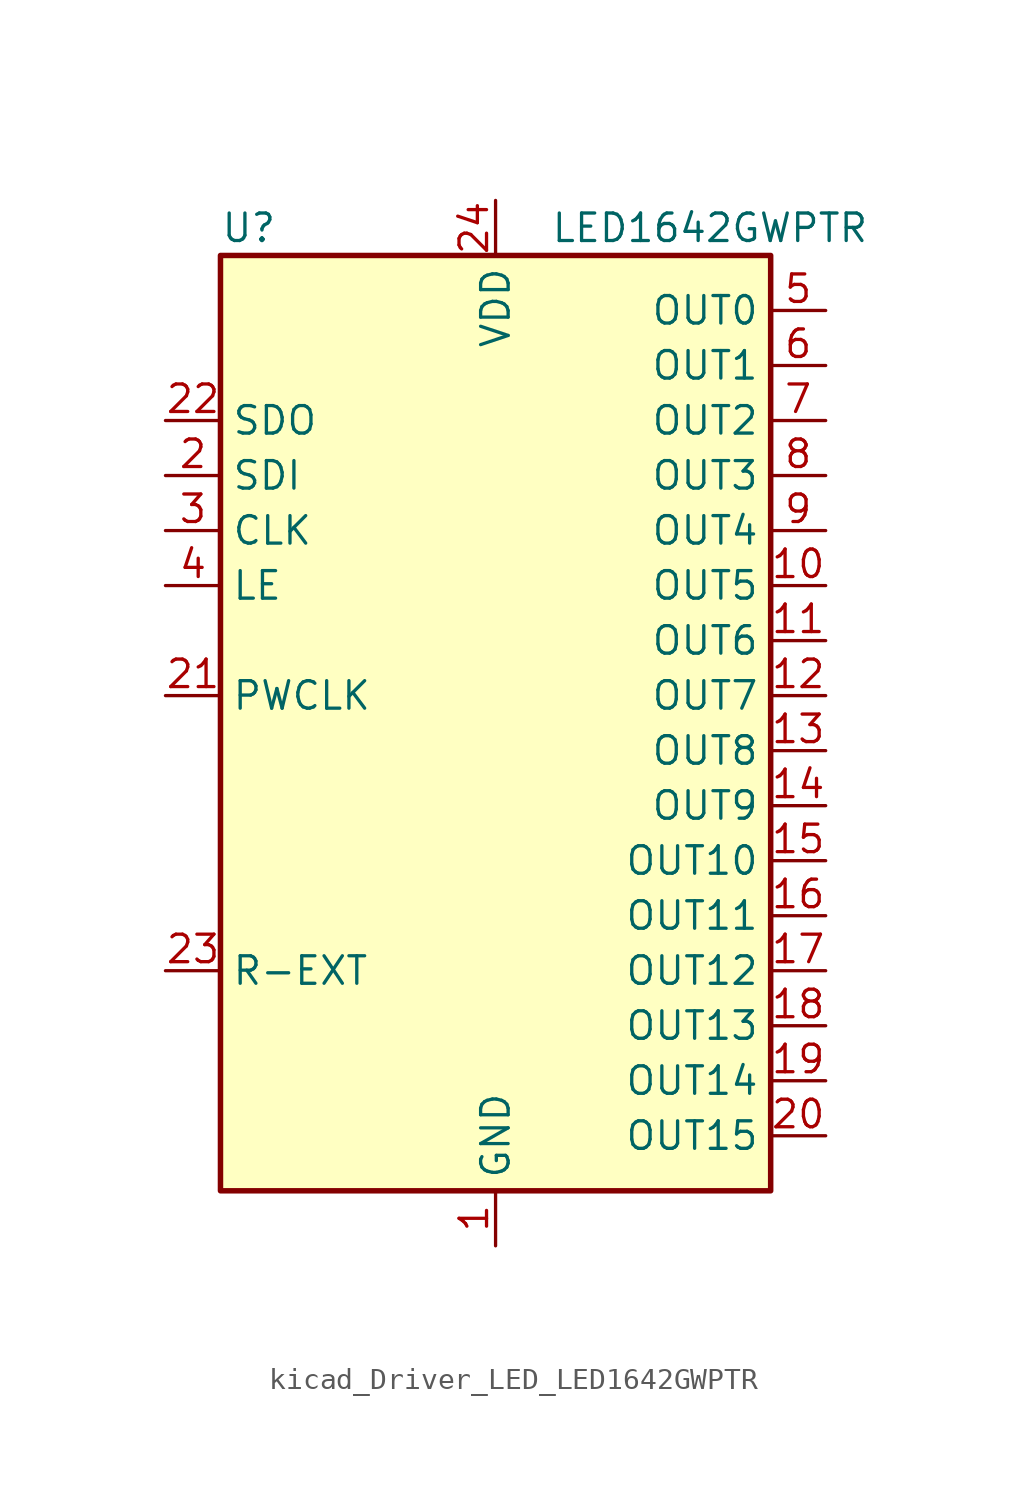
<source format=kicad_sym>
(kicad_symbol_lib
  (version 20220914)
  (generator kicad_symbol_editor)
  (symbol "kicad_Driver_LED_LED1642GWPTR"
    (property "Reference" "U"
      (at -12.7 21.59 0)
      (effects (font (size 1.27 1.27)) (justify left)))
    (property "Value" "LED1642GWPTR"
      (at 2.54 21.59 0)
      (effects (font (size 1.27 1.27)) (justify left)))
    (symbol "kicad_Driver_LED_LED1642GWPTR_0_1"
      (rectangle (start -12.7 20.32) (end 12.7 -22.86) (stroke (width 0.254) (type default)) (fill (type background))))
    (symbol "kicad_Driver_LED_LED1642GWPTR_1_1"
      (pin power_in line (at 0 -25.4 90) (length 2.54) (name "GND" (effects (font (size 1.27 1.27)))) (number "1" (effects (font (size 1.27 1.27)))))
      (pin output line (at 15.24 5.08 180) (length 2.54) (name "OUT5" (effects (font (size 1.27 1.27)))) (number "10" (effects (font (size 1.27 1.27)))))
      (pin output line (at 15.24 2.54 180) (length 2.54) (name "OUT6" (effects (font (size 1.27 1.27)))) (number "11" (effects (font (size 1.27 1.27)))))
      (pin output line (at 15.24 0 180) (length 2.54) (name "OUT7" (effects (font (size 1.27 1.27)))) (number "12" (effects (font (size 1.27 1.27)))))
      (pin output line (at 15.24 -2.54 180) (length 2.54) (name "OUT8" (effects (font (size 1.27 1.27)))) (number "13" (effects (font (size 1.27 1.27)))))
      (pin output line (at 15.24 -5.08 180) (length 2.54) (name "OUT9" (effects (font (size 1.27 1.27)))) (number "14" (effects (font (size 1.27 1.27)))))
      (pin output line (at 15.24 -7.62 180) (length 2.54) (name "OUT10" (effects (font (size 1.27 1.27)))) (number "15" (effects (font (size 1.27 1.27)))))
      (pin output line (at 15.24 -10.16 180) (length 2.54) (name "OUT11" (effects (font (size 1.27 1.27)))) (number "16" (effects (font (size 1.27 1.27)))))
      (pin output line (at 15.24 -12.7 180) (length 2.54) (name "OUT12" (effects (font (size 1.27 1.27)))) (number "17" (effects (font (size 1.27 1.27)))))
      (pin output line (at 15.24 -15.24 180) (length 2.54) (name "OUT13" (effects (font (size 1.27 1.27)))) (number "18" (effects (font (size 1.27 1.27)))))
      (pin output line (at 15.24 -17.78 180) (length 2.54) (name "OUT14" (effects (font (size 1.27 1.27)))) (number "19" (effects (font (size 1.27 1.27)))))
      (pin input line (at -15.24 10.16 0) (length 2.54) (name "SDI" (effects (font (size 1.27 1.27)))) (number "2" (effects (font (size 1.27 1.27)))))
      (pin output line (at 15.24 -20.32 180) (length 2.54) (name "OUT15" (effects (font (size 1.27 1.27)))) (number "20" (effects (font (size 1.27 1.27)))))
      (pin input line (at -15.24 0 0) (length 2.54) (name "PWCLK" (effects (font (size 1.27 1.27)))) (number "21" (effects (font (size 1.27 1.27)))))
      (pin output line (at -15.24 12.7 0) (length 2.54) (name "SDO" (effects (font (size 1.27 1.27)))) (number "22" (effects (font (size 1.27 1.27)))))
      (pin passive line (at -15.24 -12.7 0) (length 2.54) (name "R-EXT" (effects (font (size 1.27 1.27)))) (number "23" (effects (font (size 1.27 1.27)))))
      (pin power_in line (at 0 22.86 270) (length 2.54) (name "VDD" (effects (font (size 1.27 1.27)))) (number "24" (effects (font (size 1.27 1.27)))))
      (pin input line (at -15.24 7.62 0) (length 2.54) (name "CLK" (effects (font (size 1.27 1.27)))) (number "3" (effects (font (size 1.27 1.27)))))
      (pin input line (at -15.24 5.08 0) (length 2.54) (name "LE" (effects (font (size 1.27 1.27)))) (number "4" (effects (font (size 1.27 1.27)))))
      (pin output line (at 15.24 17.78 180) (length 2.54) (name "OUT0" (effects (font (size 1.27 1.27)))) (number "5" (effects (font (size 1.27 1.27)))))
      (pin output line (at 15.24 15.24 180) (length 2.54) (name "OUT1" (effects (font (size 1.27 1.27)))) (number "6" (effects (font (size 1.27 1.27)))))
      (pin output line (at 15.24 12.7 180) (length 2.54) (name "OUT2" (effects (font (size 1.27 1.27)))) (number "7" (effects (font (size 1.27 1.27)))))
      (pin output line (at 15.24 10.16 180) (length 2.54) (name "OUT3" (effects (font (size 1.27 1.27)))) (number "8" (effects (font (size 1.27 1.27)))))
      (pin output line (at 15.24 7.62 180) (length 2.54) (name "OUT4" (effects (font (size 1.27 1.27)))) (number "9" (effects (font (size 1.27 1.27))))))))
</source>
